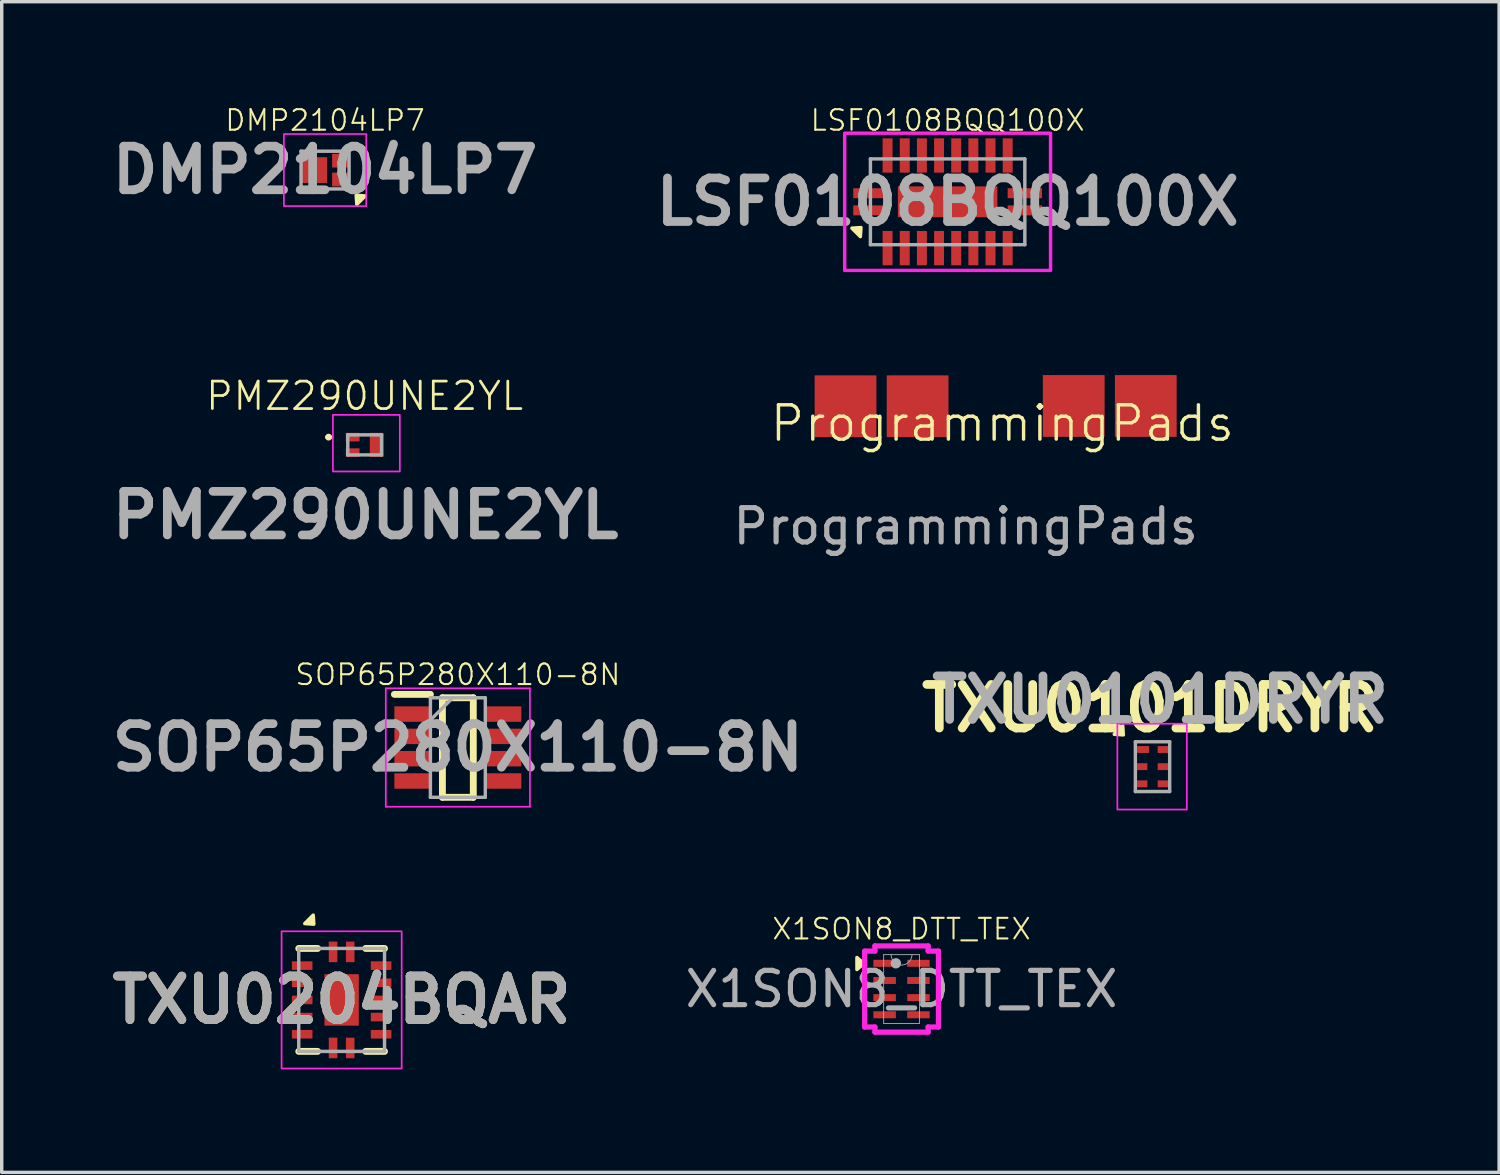
<source format=kicad_pcb>
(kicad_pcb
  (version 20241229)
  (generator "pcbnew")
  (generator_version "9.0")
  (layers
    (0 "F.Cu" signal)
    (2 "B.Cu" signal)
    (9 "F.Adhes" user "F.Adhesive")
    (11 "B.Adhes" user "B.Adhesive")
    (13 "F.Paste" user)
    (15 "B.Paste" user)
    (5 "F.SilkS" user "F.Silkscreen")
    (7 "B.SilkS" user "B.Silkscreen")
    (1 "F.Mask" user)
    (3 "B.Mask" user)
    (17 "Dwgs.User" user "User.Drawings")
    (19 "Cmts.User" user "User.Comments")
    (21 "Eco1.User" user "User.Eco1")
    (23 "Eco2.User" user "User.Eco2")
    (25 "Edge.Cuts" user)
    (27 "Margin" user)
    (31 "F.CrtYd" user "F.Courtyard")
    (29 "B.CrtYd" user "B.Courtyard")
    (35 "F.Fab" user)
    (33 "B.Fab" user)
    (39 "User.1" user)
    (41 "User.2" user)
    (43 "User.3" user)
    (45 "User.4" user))
  (footprint "DMP2104LP7"
    (layer "F.Cu")
    (at 6.423 1.906)
    (property "Reference" "DMP2104LP7" (at 0 -1.45 0) (layer "F.SilkS") (effects (font (size 0.6 0.6) (thickness 0.06))))
    (attr smd)
    (fp_poly (pts (xy 0.907 0.735) (xy 0.925 1) (xy 1.172 0.753)) (stroke (width 0.1) (type solid)) (fill yes) (layer "F.SilkS"))
    (fp_rect (start -1.2 -1.05) (end 1.2 1.05) (stroke (width 0.05) (type default)) (fill no) (layer "F.CrtYd"))
    (fp_line (start -0.7 -0.55) (end 0.7 -0.55) (stroke (width 0.1) (type solid)) (layer "F.Fab"))
    (fp_line (start -0.7 0.55) (end -0.7 -0.55) (stroke (width 0.1) (type solid)) (layer "F.Fab"))
    (fp_line (start 0.7 -0.55) (end 0.7 0.55) (stroke (width 0.1) (type solid)) (layer "F.Fab"))
    (fp_line (start 0.7 0.55) (end -0.7 0.55) (stroke (width 0.1) (type solid)) (layer "F.Fab"))
    (fp_text user "${REFERENCE}" (at 0 0 0) (layer "F.Fab") (effects (font (size 1.27 1.27) (thickness 0.254))))
    (pad "1" smd rect (at 0.445 0.275 90) (size 0.4 0.48) (layers "F.Cu" "F.Mask" "F.Paste"))
    (pad "2" smd rect (at 0.445 -0.275 90) (size 0.4 0.48) (layers "F.Cu" "F.Mask" "F.Paste"))
    (pad "3" smd rect (at -0.315 0 90) (size 0.75 0.75) (layers "F.Cu" "F.Mask" "F.Paste")))
  (footprint "X1SON8_DTT_TEX"
    (layer "F.Cu")
    (at 23.223 25.773)
    (property "Reference" "X1SON8_DTT_TEX" (at 0 -1.75 0) (unlocked yes) (layer "F.SilkS") (effects (font (size 0.6 0.6) (thickness 0.06) (bold yes))))
    (attr smd)
    (fp_poly (pts (xy -1.1 -0.744) (xy -1.3 -0.919) (xy -1.3 -0.569)) (stroke (width 0.1) (type solid)) (fill yes) (layer "F.SilkS"))
    (fp_line (start -1.075 -1.106) (end -0.775 -1.106) (stroke (width 0.152) (type solid)) (layer "F.CrtYd"))
    (fp_line (start -1.075 1.106) (end -1.075 -1.106) (stroke (width 0.152) (type solid)) (layer "F.CrtYd"))
    (fp_line (start -1.075 1.106) (end -0.775 1.106) (stroke (width 0.152) (type solid)) (layer "F.CrtYd"))
    (fp_line (start -0.775 -1.257) (end 0.775 -1.257) (stroke (width 0.152) (type solid)) (layer "F.CrtYd"))
    (fp_line (start -0.775 -1.106) (end -0.775 -1.257) (stroke (width 0.152) (type solid)) (layer "F.CrtYd"))
    (fp_line (start -0.775 1.257) (end -0.775 1.106) (stroke (width 0.152) (type solid)) (layer "F.CrtYd"))
    (fp_line (start 0.775 -1.257) (end 0.775 -1.106) (stroke (width 0.152) (type solid)) (layer "F.CrtYd"))
    (fp_line (start 0.775 1.106) (end 0.775 1.257) (stroke (width 0.152) (type solid)) (layer "F.CrtYd"))
    (fp_line (start 0.775 1.257) (end -0.775 1.257) (stroke (width 0.152) (type solid)) (layer "F.CrtYd"))
    (fp_line (start 1.075 -1.106) (end 0.775 -1.106) (stroke (width 0.152) (type solid)) (layer "F.CrtYd"))
    (fp_line (start 1.075 -1.106) (end 1.075 1.106) (stroke (width 0.152) (type solid)) (layer "F.CrtYd"))
    (fp_line (start 1.075 1.106) (end 0.775 1.106) (stroke (width 0.152) (type solid)) (layer "F.CrtYd"))
    (fp_line (start -0.521 -1.003) (end -0.521 1.003) (stroke (width 0.025) (type solid)) (layer "F.Fab"))
    (fp_line (start -0.521 1.003) (end 0.521 1.003) (stroke (width 0.025) (type solid)) (layer "F.Fab"))
    (fp_line (start 0.521 -1.003) (end -0.521 -1.003) (stroke (width 0.025) (type solid)) (layer "F.Fab"))
    (fp_line (start 0.521 1.003) (end 0.521 -1.003) (stroke (width 0.025) (type solid)) (layer "F.Fab"))
    (fp_arc (start 0.3048 -1.0033) (mid 0 -0.6985) (end -0.3048 -1.0033) (stroke (width 0.0254) (type solid)) (layer "F.Fab"))
    (fp_circle (center -0.165 -0.75) (end -0.089 -0.75) (stroke (width 0.152) (type solid)) (fill no) (layer "F.Fab"))
    (fp_text user "${REFERENCE}" (at 0 0 0) (unlocked yes) (layer "F.Fab") (effects (font (size 1 1) (thickness 0.15))))
    (pad "1" smd rect (at -0.468 -0.75) (size 0.706 0.204) (layers "F.Cu" "F.Mask" "F.Paste"))
    (pad "2" smd rect (at -0.493 -0.25) (size 0.656 0.204) (layers "F.Cu" "F.Mask" "F.Paste"))
    (pad "3" smd rect (at -0.493 0.25) (size 0.656 0.204) (layers "F.Cu" "F.Mask" "F.Paste"))
    (pad "4" smd rect (at -0.493 0.75) (size 0.656 0.204) (layers "F.Cu" "F.Mask" "F.Paste"))
    (pad "5" smd rect (at 0.493 0.75) (size 0.656 0.204) (layers "F.Cu" "F.Mask" "F.Paste"))
    (pad "6" smd rect (at 0.493 0.25) (size 0.656 0.204) (layers "F.Cu" "F.Mask" "F.Paste"))
    (pad "7" smd rect (at 0.493 -0.25) (size 0.656 0.204) (layers "F.Cu" "F.Mask" "F.Paste"))
    (pad "8" smd rect (at 0.493 -0.75) (size 0.656 0.204) (layers "F.Cu" "F.Mask" "F.Paste")))
  (footprint "SOP65P280X110-8N"
    (layer "F.Cu")
    (at 10.293 18.735)
    (property "Reference" "SOP65P280X110-8N" (at 0 -2.125 0) (layer "F.SilkS") (effects (font (size 0.6 0.6) (thickness 0.06))))
    (attr smd)
    (fp_line (start -1.85 -1.55) (end -0.8 -1.55) (stroke (width 0.2) (type solid)) (layer "F.SilkS"))
    (fp_line (start -0.45 -1.45) (end 0.45 -1.45) (stroke (width 0.2) (type solid)) (layer "F.SilkS"))
    (fp_line (start -0.45 1.45) (end -0.45 -1.45) (stroke (width 0.2) (type solid)) (layer "F.SilkS"))
    (fp_line (start 0.45 -1.45) (end 0.45 1.45) (stroke (width 0.2) (type solid)) (layer "F.SilkS"))
    (fp_line (start 0.45 1.45) (end -0.45 1.45) (stroke (width 0.2) (type solid)) (layer "F.SilkS"))
    (fp_line (start -2.1 -1.725) (end 2.1 -1.725) (stroke (width 0.05) (type solid)) (layer "F.CrtYd"))
    (fp_line (start -2.1 1.725) (end -2.1 -1.725) (stroke (width 0.05) (type solid)) (layer "F.CrtYd"))
    (fp_line (start 2.1 -1.725) (end 2.1 1.725) (stroke (width 0.05) (type solid)) (layer "F.CrtYd"))
    (fp_line (start 2.1 1.725) (end -2.1 1.725) (stroke (width 0.05) (type solid)) (layer "F.CrtYd"))
    (fp_line (start -0.8 -1.45) (end 0.8 -1.45) (stroke (width 0.1) (type solid)) (layer "F.Fab"))
    (fp_line (start -0.8 -0.8) (end -0.15 -1.45) (stroke (width 0.1) (type solid)) (layer "F.Fab"))
    (fp_line (start -0.8 1.45) (end -0.8 -1.45) (stroke (width 0.1) (type solid)) (layer "F.Fab"))
    (fp_line (start 0.8 -1.45) (end 0.8 1.45) (stroke (width 0.1) (type solid)) (layer "F.Fab"))
    (fp_line (start 0.8 1.45) (end -0.8 1.45) (stroke (width 0.1) (type solid)) (layer "F.Fab"))
    (fp_text user "${REFERENCE}" (at 0 0 0) (layer "F.Fab") (effects (font (size 1.27 1.27) (thickness 0.254))))
    (pad "1" smd rect (at -1.325 -0.975 90) (size 0.45 1.05) (layers "F.Cu" "F.Mask" "F.Paste"))
    (pad "2" smd rect (at -1.325 -0.325 90) (size 0.45 1.05) (layers "F.Cu" "F.Mask" "F.Paste"))
    (pad "3" smd rect (at -1.325 0.325 90) (size 0.45 1.05) (layers "F.Cu" "F.Mask" "F.Paste"))
    (pad "4" smd rect (at -1.325 0.975 90) (size 0.45 1.05) (layers "F.Cu" "F.Mask" "F.Paste"))
    (pad "5" smd rect (at 1.325 0.975 90) (size 0.45 1.05) (layers "F.Cu" "F.Mask" "F.Paste"))
    (pad "6" smd rect (at 1.325 0.325 90) (size 0.45 1.05) (layers "F.Cu" "F.Mask" "F.Paste"))
    (pad "7" smd rect (at 1.325 -0.325 90) (size 0.45 1.05) (layers "F.Cu" "F.Mask" "F.Paste"))
    (pad "8" smd rect (at 1.325 -0.975 90) (size 0.45 1.05) (layers "F.Cu" "F.Mask" "F.Paste")))
  (footprint "PMZ290UNE2YL"
    (layer "F.Cu")
    (at 7.577 9.915)
    (property "Reference" "PMZ290UNE2YL" (at 0 -1.425 0) (layer "F.SilkS") (effects (font (size 0.8 0.8) (thickness 0.08))))
    (attr smd)
    (fp_line (start -1.1 -0.226) (end -1.1 -0.226) (stroke (width 0.1) (type solid)) (layer "F.SilkS"))
    (fp_line (start -1 -0.226) (end -1 -0.226) (stroke (width 0.1) (type solid)) (layer "F.SilkS"))
    (fp_arc (start -1.1 -0.225) (mid -1.0505 -0.2755) (end -1 -0.226) (stroke (width 0.1) (type solid)) (layer "F.SilkS"))
    (fp_arc (start -1 -0.225) (mid -1.0505 -0.1755) (end -1.1 -0.226) (stroke (width 0.1) (type solid)) (layer "F.SilkS"))
    (fp_rect (start -0.925 -0.875) (end 1.025 0.775) (stroke (width 0.05) (type default)) (fill no) (layer "F.CrtYd"))
    (fp_line (start -0.492 -0.292) (end 0.492 -0.292) (stroke (width 0.1) (type solid)) (layer "F.Fab"))
    (fp_line (start -0.492 0.292) (end -0.492 -0.292) (stroke (width 0.1) (type solid)) (layer "F.Fab"))
    (fp_line (start 0.492 -0.292) (end 0.492 0.292) (stroke (width 0.1) (type solid)) (layer "F.Fab"))
    (fp_line (start 0.492 0.292) (end -0.492 0.292) (stroke (width 0.1) (type solid)) (layer "F.Fab"))
    (fp_text user "${REFERENCE}" (at 0.025 2.05 0) (layer "F.Fab") (effects (font (size 1.27 1.27) (thickness 0.254))))
    (pad "1" smd rect (at -0.35 -0.226 90) (size 0.25 0.4) (layers "F.Cu" "F.Mask" "F.Paste"))
    (pad "2" smd rect (at -0.35 0.225 90) (size 0.25 0.4) (layers "F.Cu" "F.Mask" "F.Paste"))
    (pad "3" smd rect (at 0.35 -0.001) (size 0.4 0.7) (layers "F.Cu" "F.Mask" "F.Paste")))
  (footprint "TXU0204BQAR"
    (layer "F.Cu")
    (at 6.906 26.09)
    (property "Reference" "TXU0204BQAR" (at 0 0 0) (layer "F.SilkS") (effects (font (size 1.27 1.27) (thickness 0.254))))
    (attr smd)
    (fp_line (start -0.7 -1.5) (end -1.25 -1.5) (stroke (width 0.2) (type solid)) (layer "F.SilkS"))
    (fp_line (start -0.7 1.5) (end -1.25 1.5) (stroke (width 0.2) (type solid)) (layer "F.SilkS"))
    (fp_line (start 0.7 -1.5) (end 1.25 -1.5) (stroke (width 0.2) (type solid)) (layer "F.SilkS"))
    (fp_line (start 0.7 1.5) (end 1.25 1.5) (stroke (width 0.2) (type solid)) (layer "F.SilkS"))
    (fp_poly (pts (xy -0.81 -2.207) (xy -0.828 -2.472) (xy -1.075 -2.225)) (stroke (width 0.1) (type solid)) (fill yes) (layer "F.SilkS"))
    (fp_rect (start -1.75 -2) (end 1.75 2) (stroke (width 0.05) (type default)) (fill no) (layer "F.CrtYd"))
    (fp_line (start -1.25 -1.5) (end 1.25 -1.5) (stroke (width 0.1) (type solid)) (layer "F.Fab"))
    (fp_line (start -1.25 1.5) (end -1.25 -1.5) (stroke (width 0.1) (type solid)) (layer "F.Fab"))
    (fp_line (start 1.25 -1.5) (end 1.25 1.5) (stroke (width 0.1) (type solid)) (layer "F.Fab"))
    (fp_line (start 1.25 1.5) (end -1.25 1.5) (stroke (width 0.1) (type solid)) (layer "F.Fab"))
    (fp_text user "${REFERENCE}" (at 0 0 0) (layer "F.Fab") (effects (font (size 1.27 1.27) (thickness 0.254))))
    (pad "1" smd rect (at -0.25 -1.4) (size 0.25 0.6) (layers "F.Cu" "F.Mask" "F.Paste"))
    (pad "2" smd rect (at -1.15 -1 90) (size 0.25 0.6) (layers "F.Cu" "F.Mask" "F.Paste"))
    (pad "3" smd rect (at -1.15 -0.5 90) (size 0.25 0.6) (layers "F.Cu" "F.Mask" "F.Paste"))
    (pad "4" smd rect (at -1.15 0 90) (size 0.25 0.6) (layers "F.Cu" "F.Mask" "F.Paste"))
    (pad "5" smd rect (at -1.15 0.5 90) (size 0.25 0.6) (layers "F.Cu" "F.Mask" "F.Paste"))
    (pad "6" smd rect (at -1.15 1 90) (size 0.25 0.6) (layers "F.Cu" "F.Mask" "F.Paste"))
    (pad "7" smd rect (at -0.25 1.4) (size 0.25 0.6) (layers "F.Cu" "F.Mask" "F.Paste"))
    (pad "8" smd rect (at 0.25 1.4) (size 0.25 0.6) (layers "F.Cu" "F.Mask" "F.Paste"))
    (pad "9" smd rect (at 1.15 1 90) (size 0.25 0.6) (layers "F.Cu" "F.Mask" "F.Paste"))
    (pad "10" smd rect (at 1.15 0.5 90) (size 0.25 0.6) (layers "F.Cu" "F.Mask" "F.Paste"))
    (pad "11" smd rect (at 1.15 0 90) (size 0.25 0.6) (layers "F.Cu" "F.Mask" "F.Paste"))
    (pad "12" smd rect (at 1.15 -0.5 90) (size 0.25 0.6) (layers "F.Cu" "F.Mask" "F.Paste"))
    (pad "13" smd rect (at 1.15 -1 90) (size 0.25 0.6) (layers "F.Cu" "F.Mask" "F.Paste"))
    (pad "14" smd rect (at 0.25 -1.4) (size 0.25 0.6) (layers "F.Cu" "F.Mask" "F.Paste"))
    (pad "15" smd rect (at 0 0) (size 1 1.5) (layers "F.Cu" "F.Mask" "F.Paste")))
  (footprint "TXU0101DRYR"
    (layer "F.Cu")
    (at 30.537 19.292)
    (property "Reference" "TXU0101DRYR" (at -0.075 -1.7 0) (layer "F.SilkS") (effects (font (size 1.27 1.27) (thickness 0.254))))
    (attr smd)
    (fp_poly (pts (xy -0.85 -0.925) (xy -0.868 -1.19) (xy -1.115 -0.943)) (stroke (width 0.1) (type solid)) (fill yes) (layer "F.SilkS"))
    (fp_rect (start -1.025 -1.25) (end 1 1.25) (stroke (width 0.05) (type default)) (fill no) (layer "F.CrtYd"))
    (fp_line (start -0.5 -0.725) (end -0.5 0.725) (stroke (width 0.1) (type solid)) (layer "F.Fab"))
    (fp_line (start -0.5 0.725) (end 0.5 0.725) (stroke (width 0.1) (type solid)) (layer "F.Fab"))
    (fp_line (start 0.5 -0.725) (end -0.5 -0.725) (stroke (width 0.1) (type solid)) (layer "F.Fab"))
    (fp_line (start 0.5 0.725) (end 0.5 -0.725) (stroke (width 0.1) (type solid)) (layer "F.Fab"))
    (fp_text user "${REFERENCE}" (at 0.225 -1.95 0) (layer "F.Fab") (effects (font (size 1.27 1.27) (thickness 0.254))))
    (pad "1" smd rect (at -0.275 -0.5 90) (size 0.2 0.35) (layers "F.Cu" "F.Mask" "F.Paste"))
    (pad "2" smd rect (at -0.3 0 90) (size 0.2 0.3) (layers "F.Cu" "F.Mask" "F.Paste"))
    (pad "3" smd rect (at -0.3 0.5 90) (size 0.2 0.3) (layers "F.Cu" "F.Mask" "F.Paste"))
    (pad "4" smd rect (at 0.3 0.5 90) (size 0.2 0.3) (layers "F.Cu" "F.Mask" "F.Paste"))
    (pad "5" smd rect (at 0.3 0 90) (size 0.2 0.3) (layers "F.Cu" "F.Mask" "F.Paste"))
    (pad "6" smd rect (at 0.3 -0.5 90) (size 0.2 0.3) (layers "F.Cu" "F.Mask" "F.Paste")))
  (footprint "LSF0108BQQ100X"
    (layer "F.Cu")
    (at 24.566 2.831)
    (property "Reference" "LSF0108BQQ100X" (at 0 -2.375 0) (layer "F.SilkS") (effects (font (size 0.6 0.6) (thickness 0.06))))
    (attr smd)
    (fp_poly (pts (xy -2.525 0.75) (xy -2.79 0.768) (xy -2.543 1.015)) (stroke (width 0.1) (type solid)) (fill yes) (layer "F.SilkS"))
    (fp_rect (start -3 -2) (end 3 2) (stroke (width 0.1) (type default)) (fill no) (layer "F.CrtYd"))
    (fp_line (start -2.25 -1.25) (end 2.25 -1.25) (stroke (width 0.1) (type solid)) (layer "F.Fab"))
    (fp_line (start -2.25 1.25) (end -2.25 -1.25) (stroke (width 0.1) (type solid)) (layer "F.Fab"))
    (fp_line (start 2.25 -1.25) (end 2.25 1.25) (stroke (width 0.1) (type solid)) (layer "F.Fab"))
    (fp_line (start 2.25 1.25) (end -2.25 1.25) (stroke (width 0.1) (type solid)) (layer "F.Fab"))
    (fp_text user "${REFERENCE}" (at 0 0 0) (layer "F.Fab") (effects (font (size 1.27 1.27) (thickness 0.254))))
    (pad "1" smd rect (at -2.25 0.25 90) (size 0.29 1) (layers "F.Cu" "F.Mask" "F.Paste"))
    (pad "2" smd rect (at -1.75 1.35) (size 0.29 1) (layers "F.Cu" "F.Mask" "F.Paste"))
    (pad "3" smd rect (at -1.25 1.35) (size 0.29 1) (layers "F.Cu" "F.Mask" "F.Paste"))
    (pad "4" smd rect (at -0.75 1.35) (size 0.29 1) (layers "F.Cu" "F.Mask" "F.Paste"))
    (pad "5" smd rect (at -0.25 1.35) (size 0.29 1) (layers "F.Cu" "F.Mask" "F.Paste"))
    (pad "6" smd rect (at 0.25 1.35) (size 0.29 1) (layers "F.Cu" "F.Mask" "F.Paste"))
    (pad "7" smd rect (at 0.75 1.35) (size 0.29 1) (layers "F.Cu" "F.Mask" "F.Paste"))
    (pad "8" smd rect (at 1.25 1.35) (size 0.29 1) (layers "F.Cu" "F.Mask" "F.Paste"))
    (pad "9" smd rect (at 1.75 1.35) (size 0.29 1) (layers "F.Cu" "F.Mask" "F.Paste"))
    (pad "10" smd rect (at 2.25 0.25 90) (size 0.29 1) (layers "F.Cu" "F.Mask" "F.Paste"))
    (pad "11" smd rect (at 2.25 -0.25 90) (size 0.29 1) (layers "F.Cu" "F.Mask" "F.Paste"))
    (pad "12" smd rect (at 1.75 -1.35) (size 0.29 1) (layers "F.Cu" "F.Mask" "F.Paste"))
    (pad "13" smd rect (at 1.25 -1.35) (size 0.29 1) (layers "F.Cu" "F.Mask" "F.Paste"))
    (pad "14" smd rect (at 0.75 -1.35) (size 0.29 1) (layers "F.Cu" "F.Mask" "F.Paste"))
    (pad "15" smd rect (at 0.25 -1.35) (size 0.29 1) (layers "F.Cu" "F.Mask" "F.Paste"))
    (pad "16" smd rect (at -0.25 -1.35) (size 0.29 1) (layers "F.Cu" "F.Mask" "F.Paste"))
    (pad "17" smd rect (at -0.75 -1.35) (size 0.29 1) (layers "F.Cu" "F.Mask" "F.Paste"))
    (pad "18" smd rect (at -1.25 -1.35) (size 0.29 1) (layers "F.Cu" "F.Mask" "F.Paste"))
    (pad "19" smd rect (at -1.75 -1.35) (size 0.29 1) (layers "F.Cu" "F.Mask" "F.Paste"))
    (pad "20" smd rect (at -2.25 -0.25 90) (size 0.29 1) (layers "F.Cu" "F.Mask" "F.Paste"))
    (pad "21" smd rect (at 0 0 90) (size 0.9 2.9) (layers "F.Cu" "F.Mask" "F.Paste")))
  (footprint "ProgrammingPads"
    (layer "F.Cu")
    (at 25.091 9.789)
    (property "Reference" "ProgrammingPads" (at 1.069 -0.5 0) (unlocked yes) (layer "F.SilkS") (effects (font (size 1 1) (thickness 0.1))))
    (attr smd)
    (fp_text user "${REFERENCE}" (at 0 2.5 0) (unlocked yes) (layer "F.Fab") (effects (font (size 1 1) (thickness 0.15))))
    (pad "1" smd rect (at -3.5 -1) (size 1.8 1.8) (layers "F.Cu" "F.Mask"))
    (pad "2" smd rect (at -1.4 -1) (size 1.8 1.8) (layers "F.Cu" "F.Mask"))
    (pad "3" smd rect (at 3.15 -1.008) (size 1.8 1.8) (layers "F.Cu" "F.Mask"))
    (pad "4" smd rect (at 5.25 -1.008) (size 1.8 1.8) (layers "F.Cu" "F.Mask")))
  (gr_rect
    (start -3 -3)
    (end 40.638 31.115)
    (stroke (width 0.1) (type default))
    (fill no)
    (layer "Edge.Cuts")))
</source>
